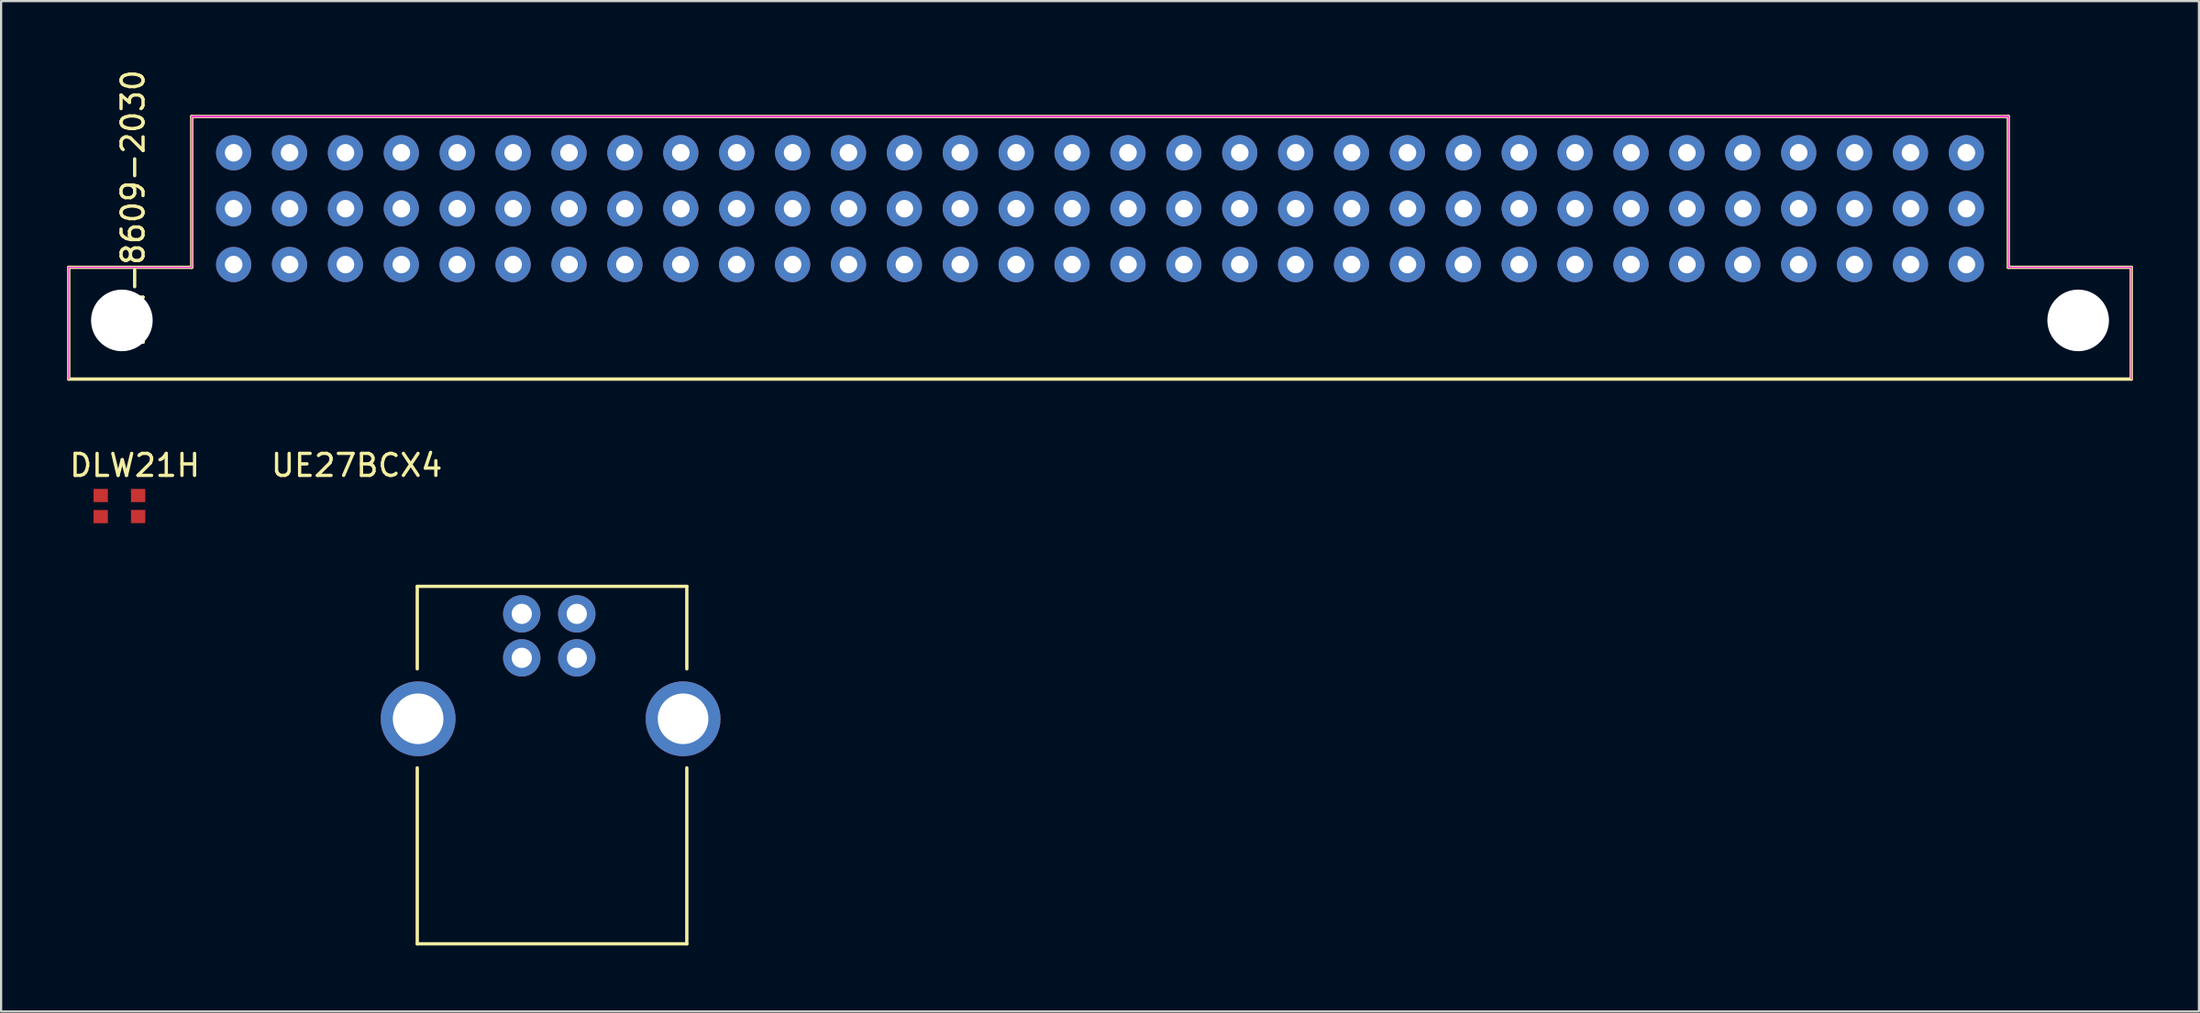
<source format=kicad_pcb>
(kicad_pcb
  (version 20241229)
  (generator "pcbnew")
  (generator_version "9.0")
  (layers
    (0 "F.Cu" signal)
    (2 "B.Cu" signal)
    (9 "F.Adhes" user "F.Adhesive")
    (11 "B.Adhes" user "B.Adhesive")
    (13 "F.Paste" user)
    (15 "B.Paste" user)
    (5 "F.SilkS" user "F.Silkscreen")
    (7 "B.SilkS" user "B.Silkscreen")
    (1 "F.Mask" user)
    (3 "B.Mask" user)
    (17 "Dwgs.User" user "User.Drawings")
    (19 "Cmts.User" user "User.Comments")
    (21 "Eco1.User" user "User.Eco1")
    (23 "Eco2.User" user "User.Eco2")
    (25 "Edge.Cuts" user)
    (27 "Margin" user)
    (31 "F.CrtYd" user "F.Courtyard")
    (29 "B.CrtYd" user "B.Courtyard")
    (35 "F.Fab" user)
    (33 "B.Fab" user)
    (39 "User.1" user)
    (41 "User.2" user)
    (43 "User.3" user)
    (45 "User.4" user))
  (footprint "DIN-8609-2030"
    (layer "F.Cu")
    (at 46.938 7.705)
    (property "Reference" "DIN-8609-2030" (at -43.942 -1.27 90) (layer "F.SilkS") (effects (font (size 1 1) (thickness 0.15))))
    (attr through_hole)
    (fp_line (start -46.863 1.397) (end -41.275 1.397) (stroke (width 0.15) (type solid)) (layer "F.SilkS"))
    (fp_line (start -46.863 6.477) (end -46.863 1.397) (stroke (width 0.15) (type solid)) (layer "F.SilkS"))
    (fp_line (start -46.863 6.477) (end 46.863 6.477) (stroke (width 0.15) (type solid)) (layer "F.SilkS"))
    (fp_line (start -41.275 1.397) (end -41.275 -5.461) (stroke (width 0.15) (type solid)) (layer "F.SilkS"))
    (fp_line (start 41.275 -5.461) (end -41.275 -5.461) (stroke (width 0.15) (type solid)) (layer "F.SilkS"))
    (fp_line (start 41.275 1.397) (end 41.275 -5.461) (stroke (width 0.15) (type solid)) (layer "F.SilkS"))
    (fp_line (start 46.863 1.397) (end 41.275 1.397) (stroke (width 0.15) (type solid)) (layer "F.SilkS"))
    (fp_line (start 46.863 6.477) (end 46.863 1.397) (stroke (width 0.15) (type solid)) (layer "F.SilkS"))
    (fp_line (start -46.863 1.397) (end -46.863 6.477) (stroke (width 0.05) (type solid)) (layer "F.CrtYd"))
    (fp_line (start -46.863 1.397) (end -41.275 1.397) (stroke (width 0.05) (type solid)) (layer "F.CrtYd"))
    (fp_line (start -41.275 -5.461) (end 41.275 -5.461) (stroke (width 0.05) (type solid)) (layer "F.CrtYd"))
    (fp_line (start -41.275 1.397) (end -41.275 -5.461) (stroke (width 0.05) (type solid)) (layer "F.CrtYd"))
    (fp_line (start 41.275 -5.461) (end -41.275 -5.461) (stroke (width 0.05) (type solid)) (layer "F.CrtYd"))
    (fp_line (start 41.275 -5.461) (end 41.275 1.397) (stroke (width 0.05) (type solid)) (layer "F.CrtYd"))
    (fp_line (start 41.275 1.397) (end 46.863 1.397) (stroke (width 0.05) (type solid)) (layer "F.CrtYd"))
    (fp_line (start 46.863 1.397) (end 46.863 6.477) (stroke (width 0.05) (type solid)) (layer "F.CrtYd"))
    (pad "" np_thru_hole circle (at -44.45 3.81) (size 2.8 2.8) (drill 2.8) (layers "*.Cu" "*.Mask"))
    (pad "" np_thru_hole circle (at 44.45 3.81) (size 2.8 2.8) (drill 2.8) (layers "*.Cu" "*.Mask"))
    (pad "1" thru_hole circle (at 39.37 -3.81) (size 1.6 1.6) (drill 0.8) (layers "*.Cu" "*.Mask"))
    (pad "2" thru_hole circle (at 36.83 -3.81) (size 1.6 1.6) (drill 0.8) (layers "*.Cu" "*.Mask"))
    (pad "3" thru_hole circle (at 34.29 -3.81) (size 1.6 1.6) (drill 0.8) (layers "*.Cu" "*.Mask"))
    (pad "4" thru_hole circle (at 31.75 -3.81) (size 1.6 1.6) (drill 0.8) (layers "*.Cu" "*.Mask"))
    (pad "5" thru_hole circle (at 29.21 -3.81) (size 1.6 1.6) (drill 0.8) (layers "*.Cu" "*.Mask"))
    (pad "6" thru_hole circle (at 26.67 -3.81) (size 1.6 1.6) (drill 0.8) (layers "*.Cu" "*.Mask"))
    (pad "7" thru_hole circle (at 24.13 -3.81) (size 1.6 1.6) (drill 0.8) (layers "*.Cu" "*.Mask"))
    (pad "8" thru_hole circle (at 21.59 -3.81) (size 1.6 1.6) (drill 0.8) (layers "*.Cu" "*.Mask"))
    (pad "9" thru_hole circle (at 19.05 -3.81) (size 1.6 1.6) (drill 0.8) (layers "*.Cu" "*.Mask"))
    (pad "10" thru_hole circle (at 16.51 -3.81) (size 1.6 1.6) (drill 0.8) (layers "*.Cu" "*.Mask"))
    (pad "11" thru_hole circle (at 13.97 -3.81) (size 1.6 1.6) (drill 0.8) (layers "*.Cu" "*.Mask"))
    (pad "12" thru_hole circle (at 11.43 -3.81) (size 1.6 1.6) (drill 0.8) (layers "*.Cu" "*.Mask"))
    (pad "13" thru_hole circle (at 8.89 -3.81) (size 1.6 1.6) (drill 0.8) (layers "*.Cu" "*.Mask"))
    (pad "14" thru_hole circle (at 6.35 -3.81) (size 1.6 1.6) (drill 0.8) (layers "*.Cu" "*.Mask"))
    (pad "15" thru_hole circle (at 3.81 -3.81) (size 1.6 1.6) (drill 0.8) (layers "*.Cu" "*.Mask"))
    (pad "16" thru_hole circle (at 1.27 -3.81) (size 1.6 1.6) (drill 0.8) (layers "*.Cu" "*.Mask"))
    (pad "17" thru_hole circle (at -1.27 -3.81) (size 1.6 1.6) (drill 0.8) (layers "*.Cu" "*.Mask"))
    (pad "18" thru_hole circle (at -3.81 -3.81) (size 1.6 1.6) (drill 0.8) (layers "*.Cu" "*.Mask"))
    (pad "19" thru_hole circle (at -6.35 -3.81) (size 1.6 1.6) (drill 0.8) (layers "*.Cu" "*.Mask"))
    (pad "20" thru_hole circle (at -8.89 -3.81) (size 1.6 1.6) (drill 0.8) (layers "*.Cu" "*.Mask"))
    (pad "21" thru_hole circle (at -11.43 -3.81) (size 1.6 1.6) (drill 0.8) (layers "*.Cu" "*.Mask"))
    (pad "22" thru_hole circle (at -13.97 -3.81) (size 1.6 1.6) (drill 0.8) (layers "*.Cu" "*.Mask"))
    (pad "23" thru_hole circle (at -16.51 -3.81) (size 1.6 1.6) (drill 0.8) (layers "*.Cu" "*.Mask"))
    (pad "24" thru_hole circle (at -19.05 -3.81) (size 1.6 1.6) (drill 0.8) (layers "*.Cu" "*.Mask"))
    (pad "25" thru_hole circle (at -21.59 -3.81) (size 1.6 1.6) (drill 0.8) (layers "*.Cu" "*.Mask"))
    (pad "26" thru_hole circle (at -24.13 -3.81) (size 1.6 1.6) (drill 0.8) (layers "*.Cu" "*.Mask"))
    (pad "27" thru_hole circle (at -26.67 -3.81) (size 1.6 1.6) (drill 0.8) (layers "*.Cu" "*.Mask"))
    (pad "28" thru_hole circle (at -29.21 -3.81) (size 1.6 1.6) (drill 0.8) (layers "*.Cu" "*.Mask"))
    (pad "29" thru_hole circle (at -31.75 -3.81) (size 1.6 1.6) (drill 0.8) (layers "*.Cu" "*.Mask"))
    (pad "30" thru_hole circle (at -34.29 -3.81) (size 1.6 1.6) (drill 0.8) (layers "*.Cu" "*.Mask"))
    (pad "31" thru_hole circle (at -36.83 -3.81) (size 1.6 1.6) (drill 0.8) (layers "*.Cu" "*.Mask"))
    (pad "32" thru_hole circle (at -39.37 -3.81) (size 1.6 1.6) (drill 0.8) (layers "*.Cu" "*.Mask"))
    (pad "33" thru_hole circle (at 39.37 -1.27) (size 1.6 1.6) (drill 0.8) (layers "*.Cu" "*.Mask"))
    (pad "34" thru_hole circle (at 36.83 -1.27) (size 1.6 1.6) (drill 0.8) (layers "*.Cu" "*.Mask"))
    (pad "35" thru_hole circle (at 34.29 -1.27) (size 1.6 1.6) (drill 0.8) (layers "*.Cu" "*.Mask"))
    (pad "36" thru_hole circle (at 31.75 -1.27) (size 1.6 1.6) (drill 0.8) (layers "*.Cu" "*.Mask"))
    (pad "37" thru_hole circle (at 29.21 -1.27) (size 1.6 1.6) (drill 0.8) (layers "*.Cu" "*.Mask"))
    (pad "38" thru_hole circle (at 26.67 -1.27) (size 1.6 1.6) (drill 0.8) (layers "*.Cu" "*.Mask"))
    (pad "39" thru_hole circle (at 24.13 -1.27) (size 1.6 1.6) (drill 0.8) (layers "*.Cu" "*.Mask"))
    (pad "40" thru_hole circle (at 21.59 -1.27) (size 1.6 1.6) (drill 0.8) (layers "*.Cu" "*.Mask"))
    (pad "41" thru_hole circle (at 19.05 -1.27) (size 1.6 1.6) (drill 0.8) (layers "*.Cu" "*.Mask"))
    (pad "42" thru_hole circle (at 16.51 -1.27) (size 1.6 1.6) (drill 0.8) (layers "*.Cu" "*.Mask"))
    (pad "43" thru_hole circle (at 13.97 -1.27) (size 1.6 1.6) (drill 0.8) (layers "*.Cu" "*.Mask"))
    (pad "44" thru_hole circle (at 11.43 -1.27) (size 1.6 1.6) (drill 0.8) (layers "*.Cu" "*.Mask"))
    (pad "45" thru_hole circle (at 8.89 -1.27) (size 1.6 1.6) (drill 0.8) (layers "*.Cu" "*.Mask"))
    (pad "46" thru_hole circle (at 6.35 -1.27) (size 1.6 1.6) (drill 0.8) (layers "*.Cu" "*.Mask"))
    (pad "47" thru_hole circle (at 3.81 -1.27) (size 1.6 1.6) (drill 0.8) (layers "*.Cu" "*.Mask"))
    (pad "48" thru_hole circle (at 1.27 -1.27) (size 1.6 1.6) (drill 0.8) (layers "*.Cu" "*.Mask"))
    (pad "49" thru_hole circle (at -1.27 -1.27) (size 1.6 1.6) (drill 0.8) (layers "*.Cu" "*.Mask"))
    (pad "50" thru_hole circle (at -3.81 -1.27) (size 1.6 1.6) (drill 0.8) (layers "*.Cu" "*.Mask"))
    (pad "51" thru_hole circle (at -6.35 -1.27) (size 1.6 1.6) (drill 0.8) (layers "*.Cu" "*.Mask"))
    (pad "52" thru_hole circle (at -8.89 -1.27) (size 1.6 1.6) (drill 0.8) (layers "*.Cu" "*.Mask"))
    (pad "53" thru_hole circle (at -11.43 -1.27) (size 1.6 1.6) (drill 0.8) (layers "*.Cu" "*.Mask"))
    (pad "54" thru_hole circle (at -13.97 -1.27) (size 1.6 1.6) (drill 0.8) (layers "*.Cu" "*.Mask"))
    (pad "55" thru_hole circle (at -16.51 -1.27) (size 1.6 1.6) (drill 0.8) (layers "*.Cu" "*.Mask"))
    (pad "56" thru_hole circle (at -19.05 -1.27) (size 1.6 1.6) (drill 0.8) (layers "*.Cu" "*.Mask"))
    (pad "57" thru_hole circle (at -21.59 -1.27) (size 1.6 1.6) (drill 0.8) (layers "*.Cu" "*.Mask"))
    (pad "58" thru_hole circle (at -24.13 -1.27) (size 1.6 1.6) (drill 0.8) (layers "*.Cu" "*.Mask"))
    (pad "59" thru_hole circle (at -26.67 -1.27) (size 1.6 1.6) (drill 0.8) (layers "*.Cu" "*.Mask"))
    (pad "60" thru_hole circle (at -29.21 -1.27) (size 1.6 1.6) (drill 0.8) (layers "*.Cu" "*.Mask"))
    (pad "61" thru_hole circle (at -31.75 -1.27) (size 1.6 1.6) (drill 0.8) (layers "*.Cu" "*.Mask"))
    (pad "62" thru_hole circle (at -34.29 -1.27) (size 1.6 1.6) (drill 0.8) (layers "*.Cu" "*.Mask"))
    (pad "63" thru_hole circle (at -36.83 -1.27) (size 1.6 1.6) (drill 0.8) (layers "*.Cu" "*.Mask"))
    (pad "64" thru_hole circle (at -39.37 -1.27) (size 1.6 1.6) (drill 0.8) (layers "*.Cu" "*.Mask"))
    (pad "65" thru_hole circle (at 39.37 1.27) (size 1.6 1.6) (drill 0.8) (layers "*.Cu" "*.Mask"))
    (pad "66" thru_hole circle (at 36.83 1.27) (size 1.6 1.6) (drill 0.8) (layers "*.Cu" "*.Mask"))
    (pad "67" thru_hole circle (at 34.29 1.27) (size 1.6 1.6) (drill 0.8) (layers "*.Cu" "*.Mask"))
    (pad "68" thru_hole circle (at 31.75 1.27) (size 1.6 1.6) (drill 0.8) (layers "*.Cu" "*.Mask"))
    (pad "69" thru_hole circle (at 29.21 1.27) (size 1.6 1.6) (drill 0.8) (layers "*.Cu" "*.Mask"))
    (pad "70" thru_hole circle (at 26.67 1.27) (size 1.6 1.6) (drill 0.8) (layers "*.Cu" "*.Mask"))
    (pad "71" thru_hole circle (at 24.13 1.27) (size 1.6 1.6) (drill 0.8) (layers "*.Cu" "*.Mask"))
    (pad "72" thru_hole circle (at 21.59 1.27) (size 1.6 1.6) (drill 0.8) (layers "*.Cu" "*.Mask"))
    (pad "73" thru_hole circle (at 19.05 1.27) (size 1.6 1.6) (drill 0.8) (layers "*.Cu" "*.Mask"))
    (pad "74" thru_hole circle (at 16.51 1.27) (size 1.6 1.6) (drill 0.8) (layers "*.Cu" "*.Mask"))
    (pad "75" thru_hole circle (at 13.97 1.27) (size 1.6 1.6) (drill 0.8) (layers "*.Cu" "*.Mask"))
    (pad "76" thru_hole circle (at 11.43 1.27) (size 1.6 1.6) (drill 0.8) (layers "*.Cu" "*.Mask"))
    (pad "77" thru_hole circle (at 8.89 1.27) (size 1.6 1.6) (drill 0.8) (layers "*.Cu" "*.Mask"))
    (pad "78" thru_hole circle (at 6.35 1.27) (size 1.6 1.6) (drill 0.8) (layers "*.Cu" "*.Mask"))
    (pad "79" thru_hole circle (at 3.81 1.27) (size 1.6 1.6) (drill 0.8) (layers "*.Cu" "*.Mask"))
    (pad "80" thru_hole circle (at 1.27 1.27) (size 1.6 1.6) (drill 0.8) (layers "*.Cu" "*.Mask"))
    (pad "81" thru_hole circle (at -1.27 1.27) (size 1.6 1.6) (drill 0.8) (layers "*.Cu" "*.Mask"))
    (pad "82" thru_hole circle (at -3.81 1.27) (size 1.6 1.6) (drill 0.8) (layers "*.Cu" "*.Mask"))
    (pad "83" thru_hole circle (at -6.35 1.27) (size 1.6 1.6) (drill 0.8) (layers "*.Cu" "*.Mask"))
    (pad "84" thru_hole circle (at -8.89 1.27) (size 1.6 1.6) (drill 0.8) (layers "*.Cu" "*.Mask"))
    (pad "85" thru_hole circle (at -11.43 1.27) (size 1.6 1.6) (drill 0.8) (layers "*.Cu" "*.Mask"))
    (pad "86" thru_hole circle (at -13.97 1.27) (size 1.6 1.6) (drill 0.8) (layers "*.Cu" "*.Mask"))
    (pad "87" thru_hole circle (at -16.51 1.27) (size 1.6 1.6) (drill 0.8) (layers "*.Cu" "*.Mask"))
    (pad "88" thru_hole circle (at -19.05 1.27) (size 1.6 1.6) (drill 0.8) (layers "*.Cu" "*.Mask"))
    (pad "89" thru_hole circle (at -21.59 1.27) (size 1.6 1.6) (drill 0.8) (layers "*.Cu" "*.Mask"))
    (pad "90" thru_hole circle (at -24.13 1.27) (size 1.6 1.6) (drill 0.8) (layers "*.Cu" "*.Mask"))
    (pad "91" thru_hole circle (at -26.67 1.27) (size 1.6 1.6) (drill 0.8) (layers "*.Cu" "*.Mask"))
    (pad "92" thru_hole circle (at -29.21 1.27) (size 1.6 1.6) (drill 0.8) (layers "*.Cu" "*.Mask"))
    (pad "93" thru_hole circle (at -31.75 1.27) (size 1.6 1.6) (drill 0.8) (layers "*.Cu" "*.Mask"))
    (pad "94" thru_hole circle (at -34.29 1.27) (size 1.6 1.6) (drill 0.8) (layers "*.Cu" "*.Mask"))
    (pad "95" thru_hole circle (at -36.83 1.27) (size 1.6 1.6) (drill 0.8) (layers "*.Cu" "*.Mask"))
    (pad "96" thru_hole circle (at -39.37 1.27) (size 1.6 1.6) (drill 0.8) (layers "*.Cu" "*.Mask")))
  (footprint "UE27BCX4"
    (layer "F.Cu")
    (at 20.661 24.855)
    (property "Reference" "UE27BCX4" (at -7.5 -6.75 0) (layer "F.SilkS") (effects (font (size 1 1) (thickness 0.15))))
    (attr through_hole)
    (fp_line (start -4.75 -1.25) (end -4.75 2.5) (stroke (width 0.15) (type solid)) (layer "F.SilkS"))
    (fp_line (start -4.75 7) (end -4.75 15) (stroke (width 0.15) (type solid)) (layer "F.SilkS"))
    (fp_line (start -4.75 15) (end 7.5 15) (stroke (width 0.15) (type solid)) (layer "F.SilkS"))
    (fp_line (start 7.5 -1.25) (end -4.75 -1.25) (stroke (width 0.15) (type solid)) (layer "F.SilkS"))
    (fp_line (start 7.5 2.5) (end 7.5 -1.25) (stroke (width 0.15) (type solid)) (layer "F.SilkS"))
    (fp_line (start 7.5 15) (end 7.5 7) (stroke (width 0.15) (type solid)) (layer "F.SilkS"))
    (pad "1" thru_hole circle (at 2.5 0) (size 1.7 1.7) (drill 0.92) (layers "*.Cu" "*.Mask"))
    (pad "2" thru_hole circle (at 0 0) (size 1.7 1.7) (drill 0.92) (layers "*.Cu" "*.Mask"))
    (pad "3" thru_hole circle (at 0 2) (size 1.7 1.7) (drill 0.92) (layers "*.Cu" "*.Mask"))
    (pad "4" thru_hole circle (at 2.5 2) (size 1.7 1.7) (drill 0.92) (layers "*.Cu" "*.Mask"))
    (pad "5" thru_hole circle (at -4.71 4.77) (size 3.4 3.4) (drill 2.3) (layers "*.Cu" "*.Mask"))
    (pad "5" thru_hole circle (at 7.33 4.77) (size 3.4 3.4) (drill 2.3) (layers "*.Cu" "*.Mask")))
  (footprint "DLW21H"
    (layer "F.Cu")
    (at 2.377 19.955)
    (property "Reference" "DLW21H" (at 0.7 -1.85 0) (layer "F.SilkS") (effects (font (size 1 1) (thickness 0.15))))
    (attr through_hole)
    (pad "1" smd rect (at -0.85 -0.48) (size 0.65 0.6) (layers "F.Cu" "F.Mask" "F.Paste"))
    (pad "2" smd rect (at 0.85 -0.48) (size 0.65 0.6) (layers "F.Cu" "F.Mask" "F.Paste"))
    (pad "3" smd rect (at -0.85 0.48) (size 0.65 0.6) (layers "F.Cu" "F.Mask" "F.Paste"))
    (pad "4" smd rect (at 0.85 0.475) (size 0.65 0.6) (layers "F.Cu" "F.Mask" "F.Paste")))
  (gr_rect
    (start -3 -3)
    (end 96.876 42.93)
    (stroke (width 0.1) (type default))
    (fill no)
    (layer "Edge.Cuts")))
</source>
